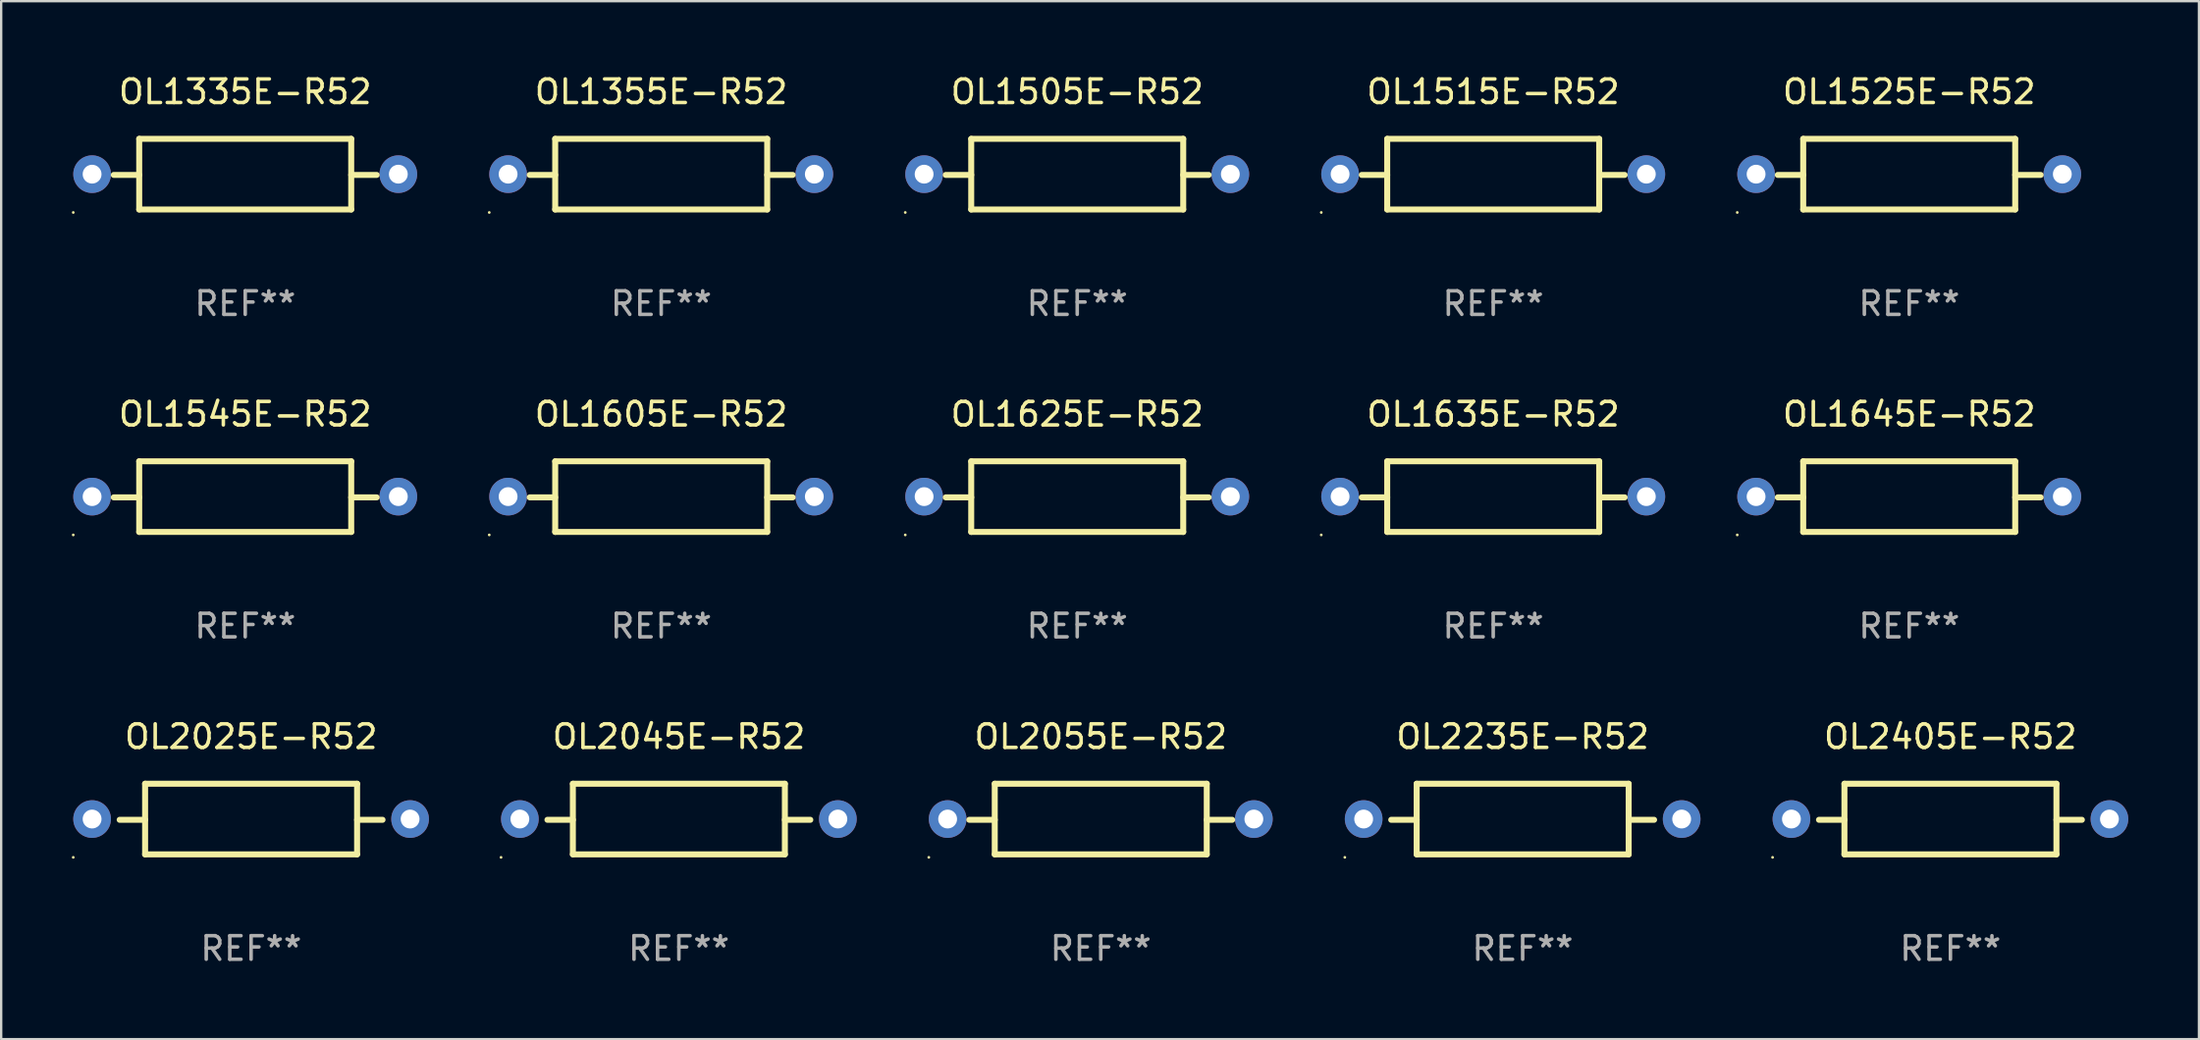
<source format=kicad_pcb>
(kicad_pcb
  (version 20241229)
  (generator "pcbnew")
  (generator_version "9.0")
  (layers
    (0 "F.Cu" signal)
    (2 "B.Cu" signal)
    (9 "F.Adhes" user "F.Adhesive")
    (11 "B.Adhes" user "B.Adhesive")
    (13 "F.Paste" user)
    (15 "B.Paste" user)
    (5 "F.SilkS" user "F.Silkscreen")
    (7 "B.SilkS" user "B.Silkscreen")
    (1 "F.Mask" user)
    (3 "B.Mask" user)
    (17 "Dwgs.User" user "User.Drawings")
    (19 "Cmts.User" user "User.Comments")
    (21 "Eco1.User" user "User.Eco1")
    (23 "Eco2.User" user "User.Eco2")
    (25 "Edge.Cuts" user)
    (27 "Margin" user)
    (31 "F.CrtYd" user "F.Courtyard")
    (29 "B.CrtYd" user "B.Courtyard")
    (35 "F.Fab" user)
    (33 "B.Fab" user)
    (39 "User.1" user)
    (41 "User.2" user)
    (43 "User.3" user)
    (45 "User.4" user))
  (footprint "OL2235E-R52"
    (layer "F.Cu")
    (at 61.591 31.741)
    (property "Reference" "OL2235E-R52" (at 0 -3.5 0) (layer "F.SilkS") (effects (font (size 1 1) (thickness 0.15))))
    (attr through_hole)
    (fp_line (start -4.5 -1.5) (end -4.5 1.5) (stroke (width 0.254) (type solid)) (layer "F.SilkS"))
    (fp_line (start -4.5 -1.5) (end 4.5 -1.5) (stroke (width 0.254) (type solid)) (layer "F.SilkS"))
    (fp_line (start -4.5 0.032) (end -5.58 0.032) (stroke (width 0.254) (type solid)) (layer "F.SilkS"))
    (fp_line (start -4.5 1.5) (end 4.5 1.5) (stroke (width 0.254) (type solid)) (layer "F.SilkS"))
    (fp_line (start 4.5 -1.5) (end 4.5 1.5) (stroke (width 0.254) (type solid)) (layer "F.SilkS"))
    (fp_line (start 4.5 0.032) (end 5.58 0.032) (stroke (width 0.254) (type solid)) (layer "F.SilkS"))
    (fp_circle (center -7.55 1.627) (end -7.52 1.627) (stroke (width 0.06) (type solid)) (fill no) (layer "F.SilkS"))
    (fp_text user "REF**" (at 0 5.5 0) (layer "F.Fab") (effects (font (size 1 1) (thickness 0.15))))
    (pad "1" thru_hole circle (at -6.75 0) (size 1.6 1.6) (drill 0.8) (layers "*.Cu" "*.Mask"))
    (pad "2" thru_hole circle (at 6.75 0) (size 1.6 1.6) (drill 0.8) (layers "*.Cu" "*.Mask")))
  (footprint "OL2025E-R52"
    (layer "F.Cu")
    (at 7.61 31.741)
    (property "Reference" "OL2025E-R52" (at 0 -3.5 0) (layer "F.SilkS") (effects (font (size 1 1) (thickness 0.15))))
    (attr through_hole)
    (fp_line (start -4.5 -1.5) (end -4.5 1.5) (stroke (width 0.254) (type solid)) (layer "F.SilkS"))
    (fp_line (start -4.5 -1.5) (end 4.5 -1.5) (stroke (width 0.254) (type solid)) (layer "F.SilkS"))
    (fp_line (start -4.5 0.032) (end -5.58 0.032) (stroke (width 0.254) (type solid)) (layer "F.SilkS"))
    (fp_line (start -4.5 1.5) (end 4.5 1.5) (stroke (width 0.254) (type solid)) (layer "F.SilkS"))
    (fp_line (start 4.5 -1.5) (end 4.5 1.5) (stroke (width 0.254) (type solid)) (layer "F.SilkS"))
    (fp_line (start 4.5 0.032) (end 5.58 0.032) (stroke (width 0.254) (type solid)) (layer "F.SilkS"))
    (fp_circle (center -7.55 1.627) (end -7.52 1.627) (stroke (width 0.06) (type solid)) (fill no) (layer "F.SilkS"))
    (fp_text user "REF**" (at 0 5.5 0) (layer "F.Fab") (effects (font (size 1 1) (thickness 0.15))))
    (pad "1" thru_hole circle (at -6.75 0) (size 1.6 1.6) (drill 0.8) (layers "*.Cu" "*.Mask"))
    (pad "2" thru_hole circle (at 6.75 0) (size 1.6 1.6) (drill 0.8) (layers "*.Cu" "*.Mask")))
  (footprint "OL1625E-R52"
    (layer "F.Cu")
    (at 42.681 18.045)
    (property "Reference" "OL1625E-R52" (at 0 -3.5 0) (layer "F.SilkS") (effects (font (size 1 1) (thickness 0.15))))
    (attr through_hole)
    (fp_line (start -4.5 -1.5) (end -4.5 1.5) (stroke (width 0.254) (type solid)) (layer "F.SilkS"))
    (fp_line (start -4.5 -1.5) (end 4.5 -1.5) (stroke (width 0.254) (type solid)) (layer "F.SilkS"))
    (fp_line (start -4.5 0.032) (end -5.58 0.032) (stroke (width 0.254) (type solid)) (layer "F.SilkS"))
    (fp_line (start -4.5 1.5) (end 4.5 1.5) (stroke (width 0.254) (type solid)) (layer "F.SilkS"))
    (fp_line (start 4.5 -1.5) (end 4.5 1.5) (stroke (width 0.254) (type solid)) (layer "F.SilkS"))
    (fp_line (start 4.5 0.032) (end 5.58 0.032) (stroke (width 0.254) (type solid)) (layer "F.SilkS"))
    (fp_circle (center -7.3 1.627) (end -7.27 1.627) (stroke (width 0.06) (type solid)) (fill no) (layer "F.SilkS"))
    (fp_text user "REF**" (at 0 5.5 0) (layer "F.Fab") (effects (font (size 1 1) (thickness 0.15))))
    (pad "1" thru_hole circle (at -6.5 0) (size 1.6 1.6) (drill 0.8) (layers "*.Cu" "*.Mask"))
    (pad "2" thru_hole circle (at 6.5 0) (size 1.6 1.6) (drill 0.8) (layers "*.Cu" "*.Mask")))
  (footprint "OL1525E-R52"
    (layer "F.Cu")
    (at 78.001 4.348)
    (property "Reference" "OL1525E-R52" (at 0 -3.5 0) (layer "F.SilkS") (effects (font (size 1 1) (thickness 0.15))))
    (attr through_hole)
    (fp_line (start -4.5 -1.5) (end -4.5 1.5) (stroke (width 0.254) (type solid)) (layer "F.SilkS"))
    (fp_line (start -4.5 -1.5) (end 4.5 -1.5) (stroke (width 0.254) (type solid)) (layer "F.SilkS"))
    (fp_line (start -4.5 0.032) (end -5.58 0.032) (stroke (width 0.254) (type solid)) (layer "F.SilkS"))
    (fp_line (start -4.5 1.5) (end 4.5 1.5) (stroke (width 0.254) (type solid)) (layer "F.SilkS"))
    (fp_line (start 4.5 -1.5) (end 4.5 1.5) (stroke (width 0.254) (type solid)) (layer "F.SilkS"))
    (fp_line (start 4.5 0.032) (end 5.58 0.032) (stroke (width 0.254) (type solid)) (layer "F.SilkS"))
    (fp_circle (center -7.3 1.627) (end -7.27 1.627) (stroke (width 0.06) (type solid)) (fill no) (layer "F.SilkS"))
    (fp_text user "REF**" (at 0 5.5 0) (layer "F.Fab") (effects (font (size 1 1) (thickness 0.15))))
    (pad "1" thru_hole circle (at -6.5 0) (size 1.6 1.6) (drill 0.8) (layers "*.Cu" "*.Mask"))
    (pad "2" thru_hole circle (at 6.5 0) (size 1.6 1.6) (drill 0.8) (layers "*.Cu" "*.Mask")))
  (footprint "OL2055E-R52"
    (layer "F.Cu")
    (at 43.68 31.741)
    (property "Reference" "OL2055E-R52" (at 0 -3.5 0) (layer "F.SilkS") (effects (font (size 1 1) (thickness 0.15))))
    (attr through_hole)
    (fp_line (start -4.5 -1.5) (end -4.5 1.5) (stroke (width 0.254) (type solid)) (layer "F.SilkS"))
    (fp_line (start -4.5 -1.5) (end 4.5 -1.5) (stroke (width 0.254) (type solid)) (layer "F.SilkS"))
    (fp_line (start -4.5 0.032) (end -5.58 0.032) (stroke (width 0.254) (type solid)) (layer "F.SilkS"))
    (fp_line (start -4.5 1.5) (end 4.5 1.5) (stroke (width 0.254) (type solid)) (layer "F.SilkS"))
    (fp_line (start 4.5 -1.5) (end 4.5 1.5) (stroke (width 0.254) (type solid)) (layer "F.SilkS"))
    (fp_line (start 4.5 0.032) (end 5.58 0.032) (stroke (width 0.254) (type solid)) (layer "F.SilkS"))
    (fp_circle (center -7.3 1.627) (end -7.27 1.627) (stroke (width 0.06) (type solid)) (fill no) (layer "F.SilkS"))
    (fp_text user "REF**" (at 0 5.5 0) (layer "F.Fab") (effects (font (size 1 1) (thickness 0.15))))
    (pad "1" thru_hole circle (at -6.5 0) (size 1.6 1.6) (drill 0.8) (layers "*.Cu" "*.Mask"))
    (pad "2" thru_hole circle (at 6.5 0) (size 1.6 1.6) (drill 0.8) (layers "*.Cu" "*.Mask")))
  (footprint "OL1545E-R52"
    (layer "F.Cu")
    (at 7.36 18.045)
    (property "Reference" "OL1545E-R52" (at 0 -3.5 0) (layer "F.SilkS") (effects (font (size 1 1) (thickness 0.15))))
    (attr through_hole)
    (fp_line (start -4.5 -1.5) (end -4.5 1.5) (stroke (width 0.254) (type solid)) (layer "F.SilkS"))
    (fp_line (start -4.5 -1.5) (end 4.5 -1.5) (stroke (width 0.254) (type solid)) (layer "F.SilkS"))
    (fp_line (start -4.5 0.032) (end -5.58 0.032) (stroke (width 0.254) (type solid)) (layer "F.SilkS"))
    (fp_line (start -4.5 1.5) (end 4.5 1.5) (stroke (width 0.254) (type solid)) (layer "F.SilkS"))
    (fp_line (start 4.5 -1.5) (end 4.5 1.5) (stroke (width 0.254) (type solid)) (layer "F.SilkS"))
    (fp_line (start 4.5 0.032) (end 5.58 0.032) (stroke (width 0.254) (type solid)) (layer "F.SilkS"))
    (fp_circle (center -7.3 1.627) (end -7.27 1.627) (stroke (width 0.06) (type solid)) (fill no) (layer "F.SilkS"))
    (fp_text user "REF**" (at 0 5.5 0) (layer "F.Fab") (effects (font (size 1 1) (thickness 0.15))))
    (pad "1" thru_hole circle (at -6.5 0) (size 1.6 1.6) (drill 0.8) (layers "*.Cu" "*.Mask"))
    (pad "2" thru_hole circle (at 6.5 0) (size 1.6 1.6) (drill 0.8) (layers "*.Cu" "*.Mask")))
  (footprint "OL2045E-R52"
    (layer "F.Cu")
    (at 25.77 31.741)
    (property "Reference" "OL2045E-R52" (at 0 -3.5 0) (layer "F.SilkS") (effects (font (size 1 1) (thickness 0.15))))
    (attr through_hole)
    (fp_line (start -4.5 -1.5) (end -4.5 1.5) (stroke (width 0.254) (type solid)) (layer "F.SilkS"))
    (fp_line (start -4.5 -1.5) (end 4.5 -1.5) (stroke (width 0.254) (type solid)) (layer "F.SilkS"))
    (fp_line (start -4.5 0.032) (end -5.58 0.032) (stroke (width 0.254) (type solid)) (layer "F.SilkS"))
    (fp_line (start -4.5 1.5) (end 4.5 1.5) (stroke (width 0.254) (type solid)) (layer "F.SilkS"))
    (fp_line (start 4.5 -1.5) (end 4.5 1.5) (stroke (width 0.254) (type solid)) (layer "F.SilkS"))
    (fp_line (start 4.5 0.032) (end 5.58 0.032) (stroke (width 0.254) (type solid)) (layer "F.SilkS"))
    (fp_circle (center -7.55 1.627) (end -7.52 1.627) (stroke (width 0.06) (type solid)) (fill no) (layer "F.SilkS"))
    (fp_text user "REF**" (at 0 5.5 0) (layer "F.Fab") (effects (font (size 1 1) (thickness 0.15))))
    (pad "1" thru_hole circle (at -6.75 0) (size 1.6 1.6) (drill 0.8) (layers "*.Cu" "*.Mask"))
    (pad "2" thru_hole circle (at 6.75 0) (size 1.6 1.6) (drill 0.8) (layers "*.Cu" "*.Mask")))
  (footprint "OL1605E-R52"
    (layer "F.Cu")
    (at 25.02 18.045)
    (property "Reference" "OL1605E-R52" (at 0 -3.5 0) (layer "F.SilkS") (effects (font (size 1 1) (thickness 0.15))))
    (attr through_hole)
    (fp_line (start -4.5 -1.5) (end -4.5 1.5) (stroke (width 0.254) (type solid)) (layer "F.SilkS"))
    (fp_line (start -4.5 -1.5) (end 4.5 -1.5) (stroke (width 0.254) (type solid)) (layer "F.SilkS"))
    (fp_line (start -4.5 0.032) (end -5.58 0.032) (stroke (width 0.254) (type solid)) (layer "F.SilkS"))
    (fp_line (start -4.5 1.5) (end 4.5 1.5) (stroke (width 0.254) (type solid)) (layer "F.SilkS"))
    (fp_line (start 4.5 -1.5) (end 4.5 1.5) (stroke (width 0.254) (type solid)) (layer "F.SilkS"))
    (fp_line (start 4.5 0.032) (end 5.58 0.032) (stroke (width 0.254) (type solid)) (layer "F.SilkS"))
    (fp_circle (center -7.3 1.627) (end -7.27 1.627) (stroke (width 0.06) (type solid)) (fill no) (layer "F.SilkS"))
    (fp_text user "REF**" (at 0 5.5 0) (layer "F.Fab") (effects (font (size 1 1) (thickness 0.15))))
    (pad "1" thru_hole circle (at -6.5 0) (size 1.6 1.6) (drill 0.8) (layers "*.Cu" "*.Mask"))
    (pad "2" thru_hole circle (at 6.5 0) (size 1.6 1.6) (drill 0.8) (layers "*.Cu" "*.Mask")))
  (footprint "OL1515E-R52"
    (layer "F.Cu")
    (at 60.341 4.348)
    (property "Reference" "OL1515E-R52" (at 0 -3.5 0) (layer "F.SilkS") (effects (font (size 1 1) (thickness 0.15))))
    (attr through_hole)
    (fp_line (start -4.5 -1.5) (end -4.5 1.5) (stroke (width 0.254) (type solid)) (layer "F.SilkS"))
    (fp_line (start -4.5 -1.5) (end 4.5 -1.5) (stroke (width 0.254) (type solid)) (layer "F.SilkS"))
    (fp_line (start -4.5 0.032) (end -5.58 0.032) (stroke (width 0.254) (type solid)) (layer "F.SilkS"))
    (fp_line (start -4.5 1.5) (end 4.5 1.5) (stroke (width 0.254) (type solid)) (layer "F.SilkS"))
    (fp_line (start 4.5 -1.5) (end 4.5 1.5) (stroke (width 0.254) (type solid)) (layer "F.SilkS"))
    (fp_line (start 4.5 0.032) (end 5.58 0.032) (stroke (width 0.254) (type solid)) (layer "F.SilkS"))
    (fp_circle (center -7.3 1.627) (end -7.27 1.627) (stroke (width 0.06) (type solid)) (fill no) (layer "F.SilkS"))
    (fp_text user "REF**" (at 0 5.5 0) (layer "F.Fab") (effects (font (size 1 1) (thickness 0.15))))
    (pad "1" thru_hole circle (at -6.5 0) (size 1.6 1.6) (drill 0.8) (layers "*.Cu" "*.Mask"))
    (pad "2" thru_hole circle (at 6.5 0) (size 1.6 1.6) (drill 0.8) (layers "*.Cu" "*.Mask")))
  (footprint "OL1355E-R52"
    (layer "F.Cu")
    (at 25.02 4.348)
    (property "Reference" "OL1355E-R52" (at 0 -3.5 0) (layer "F.SilkS") (effects (font (size 1 1) (thickness 0.15))))
    (attr through_hole)
    (fp_line (start -4.5 -1.5) (end -4.5 1.5) (stroke (width 0.254) (type solid)) (layer "F.SilkS"))
    (fp_line (start -4.5 -1.5) (end 4.5 -1.5) (stroke (width 0.254) (type solid)) (layer "F.SilkS"))
    (fp_line (start -4.5 0.032) (end -5.58 0.032) (stroke (width 0.254) (type solid)) (layer "F.SilkS"))
    (fp_line (start -4.5 1.5) (end 4.5 1.5) (stroke (width 0.254) (type solid)) (layer "F.SilkS"))
    (fp_line (start 4.5 -1.5) (end 4.5 1.5) (stroke (width 0.254) (type solid)) (layer "F.SilkS"))
    (fp_line (start 4.5 0.032) (end 5.58 0.032) (stroke (width 0.254) (type solid)) (layer "F.SilkS"))
    (fp_circle (center -7.3 1.627) (end -7.27 1.627) (stroke (width 0.06) (type solid)) (fill no) (layer "F.SilkS"))
    (fp_text user "REF**" (at 0 5.5 0) (layer "F.Fab") (effects (font (size 1 1) (thickness 0.15))))
    (pad "1" thru_hole circle (at -6.5 0) (size 1.6 1.6) (drill 0.8) (layers "*.Cu" "*.Mask"))
    (pad "2" thru_hole circle (at 6.5 0) (size 1.6 1.6) (drill 0.8) (layers "*.Cu" "*.Mask")))
  (footprint "OL1335E-R52"
    (layer "F.Cu")
    (at 7.36 4.348)
    (property "Reference" "OL1335E-R52" (at 0 -3.5 0) (layer "F.SilkS") (effects (font (size 1 1) (thickness 0.15))))
    (attr through_hole)
    (fp_line (start -4.5 -1.5) (end -4.5 1.5) (stroke (width 0.254) (type solid)) (layer "F.SilkS"))
    (fp_line (start -4.5 -1.5) (end 4.5 -1.5) (stroke (width 0.254) (type solid)) (layer "F.SilkS"))
    (fp_line (start -4.5 0.032) (end -5.58 0.032) (stroke (width 0.254) (type solid)) (layer "F.SilkS"))
    (fp_line (start -4.5 1.5) (end 4.5 1.5) (stroke (width 0.254) (type solid)) (layer "F.SilkS"))
    (fp_line (start 4.5 -1.5) (end 4.5 1.5) (stroke (width 0.254) (type solid)) (layer "F.SilkS"))
    (fp_line (start 4.5 0.032) (end 5.58 0.032) (stroke (width 0.254) (type solid)) (layer "F.SilkS"))
    (fp_circle (center -7.3 1.627) (end -7.27 1.627) (stroke (width 0.06) (type solid)) (fill no) (layer "F.SilkS"))
    (fp_text user "REF**" (at 0 5.5 0) (layer "F.Fab") (effects (font (size 1 1) (thickness 0.15))))
    (pad "1" thru_hole circle (at -6.5 0) (size 1.6 1.6) (drill 0.8) (layers "*.Cu" "*.Mask"))
    (pad "2" thru_hole circle (at 6.5 0) (size 1.6 1.6) (drill 0.8) (layers "*.Cu" "*.Mask")))
  (footprint "OL1505E-R52"
    (layer "F.Cu")
    (at 42.681 4.348)
    (property "Reference" "OL1505E-R52" (at 0 -3.5 0) (layer "F.SilkS") (effects (font (size 1 1) (thickness 0.15))))
    (attr through_hole)
    (fp_line (start -4.5 -1.5) (end -4.5 1.5) (stroke (width 0.254) (type solid)) (layer "F.SilkS"))
    (fp_line (start -4.5 -1.5) (end 4.5 -1.5) (stroke (width 0.254) (type solid)) (layer "F.SilkS"))
    (fp_line (start -4.5 0.032) (end -5.58 0.032) (stroke (width 0.254) (type solid)) (layer "F.SilkS"))
    (fp_line (start -4.5 1.5) (end 4.5 1.5) (stroke (width 0.254) (type solid)) (layer "F.SilkS"))
    (fp_line (start 4.5 -1.5) (end 4.5 1.5) (stroke (width 0.254) (type solid)) (layer "F.SilkS"))
    (fp_line (start 4.5 0.032) (end 5.58 0.032) (stroke (width 0.254) (type solid)) (layer "F.SilkS"))
    (fp_circle (center -7.3 1.627) (end -7.27 1.627) (stroke (width 0.06) (type solid)) (fill no) (layer "F.SilkS"))
    (fp_text user "REF**" (at 0 5.5 0) (layer "F.Fab") (effects (font (size 1 1) (thickness 0.15))))
    (pad "1" thru_hole circle (at -6.5 0) (size 1.6 1.6) (drill 0.8) (layers "*.Cu" "*.Mask"))
    (pad "2" thru_hole circle (at 6.5 0) (size 1.6 1.6) (drill 0.8) (layers "*.Cu" "*.Mask")))
  (footprint "OL1645E-R52"
    (layer "F.Cu")
    (at 78.001 18.045)
    (property "Reference" "OL1645E-R52" (at 0 -3.5 0) (layer "F.SilkS") (effects (font (size 1 1) (thickness 0.15))))
    (attr through_hole)
    (fp_line (start -4.5 -1.5) (end -4.5 1.5) (stroke (width 0.254) (type solid)) (layer "F.SilkS"))
    (fp_line (start -4.5 -1.5) (end 4.5 -1.5) (stroke (width 0.254) (type solid)) (layer "F.SilkS"))
    (fp_line (start -4.5 0.032) (end -5.58 0.032) (stroke (width 0.254) (type solid)) (layer "F.SilkS"))
    (fp_line (start -4.5 1.5) (end 4.5 1.5) (stroke (width 0.254) (type solid)) (layer "F.SilkS"))
    (fp_line (start 4.5 -1.5) (end 4.5 1.5) (stroke (width 0.254) (type solid)) (layer "F.SilkS"))
    (fp_line (start 4.5 0.032) (end 5.58 0.032) (stroke (width 0.254) (type solid)) (layer "F.SilkS"))
    (fp_circle (center -7.3 1.627) (end -7.27 1.627) (stroke (width 0.06) (type solid)) (fill no) (layer "F.SilkS"))
    (fp_text user "REF**" (at 0 5.5 0) (layer "F.Fab") (effects (font (size 1 1) (thickness 0.15))))
    (pad "1" thru_hole circle (at -6.5 0) (size 1.6 1.6) (drill 0.8) (layers "*.Cu" "*.Mask"))
    (pad "2" thru_hole circle (at 6.5 0) (size 1.6 1.6) (drill 0.8) (layers "*.Cu" "*.Mask")))
  (footprint "OL1635E-R52"
    (layer "F.Cu")
    (at 60.341 18.045)
    (property "Reference" "OL1635E-R52" (at 0 -3.5 0) (layer "F.SilkS") (effects (font (size 1 1) (thickness 0.15))))
    (attr through_hole)
    (fp_line (start -4.5 -1.5) (end -4.5 1.5) (stroke (width 0.254) (type solid)) (layer "F.SilkS"))
    (fp_line (start -4.5 -1.5) (end 4.5 -1.5) (stroke (width 0.254) (type solid)) (layer "F.SilkS"))
    (fp_line (start -4.5 0.032) (end -5.58 0.032) (stroke (width 0.254) (type solid)) (layer "F.SilkS"))
    (fp_line (start -4.5 1.5) (end 4.5 1.5) (stroke (width 0.254) (type solid)) (layer "F.SilkS"))
    (fp_line (start 4.5 -1.5) (end 4.5 1.5) (stroke (width 0.254) (type solid)) (layer "F.SilkS"))
    (fp_line (start 4.5 0.032) (end 5.58 0.032) (stroke (width 0.254) (type solid)) (layer "F.SilkS"))
    (fp_circle (center -7.3 1.627) (end -7.27 1.627) (stroke (width 0.06) (type solid)) (fill no) (layer "F.SilkS"))
    (fp_text user "REF**" (at 0 5.5 0) (layer "F.Fab") (effects (font (size 1 1) (thickness 0.15))))
    (pad "1" thru_hole circle (at -6.5 0) (size 1.6 1.6) (drill 0.8) (layers "*.Cu" "*.Mask"))
    (pad "2" thru_hole circle (at 6.5 0) (size 1.6 1.6) (drill 0.8) (layers "*.Cu" "*.Mask")))
  (footprint "OL2405E-R52"
    (layer "F.Cu")
    (at 79.751 31.741)
    (property "Reference" "OL2405E-R52" (at 0 -3.5 0) (layer "F.SilkS") (effects (font (size 1 1) (thickness 0.15))))
    (attr through_hole)
    (fp_line (start -4.5 -1.5) (end -4.5 1.5) (stroke (width 0.254) (type solid)) (layer "F.SilkS"))
    (fp_line (start -4.5 -1.5) (end 4.5 -1.5) (stroke (width 0.254) (type solid)) (layer "F.SilkS"))
    (fp_line (start -4.5 0.032) (end -5.58 0.032) (stroke (width 0.254) (type solid)) (layer "F.SilkS"))
    (fp_line (start -4.5 1.5) (end 4.5 1.5) (stroke (width 0.254) (type solid)) (layer "F.SilkS"))
    (fp_line (start 4.5 -1.5) (end 4.5 1.5) (stroke (width 0.254) (type solid)) (layer "F.SilkS"))
    (fp_line (start 4.5 0.032) (end 5.58 0.032) (stroke (width 0.254) (type solid)) (layer "F.SilkS"))
    (fp_circle (center -7.55 1.627) (end -7.52 1.627) (stroke (width 0.06) (type solid)) (fill no) (layer "F.SilkS"))
    (fp_text user "REF**" (at 0 5.5 0) (layer "F.Fab") (effects (font (size 1 1) (thickness 0.15))))
    (pad "1" thru_hole circle (at -6.75 0) (size 1.6 1.6) (drill 0.8) (layers "*.Cu" "*.Mask"))
    (pad "2" thru_hole circle (at 6.75 0) (size 1.6 1.6) (drill 0.8) (layers "*.Cu" "*.Mask")))
  (gr_rect
    (start -3 -3)
    (end 90.301 41.09)
    (stroke (width 0.1) (type default))
    (fill no)
    (layer "Edge.Cuts")))
</source>
